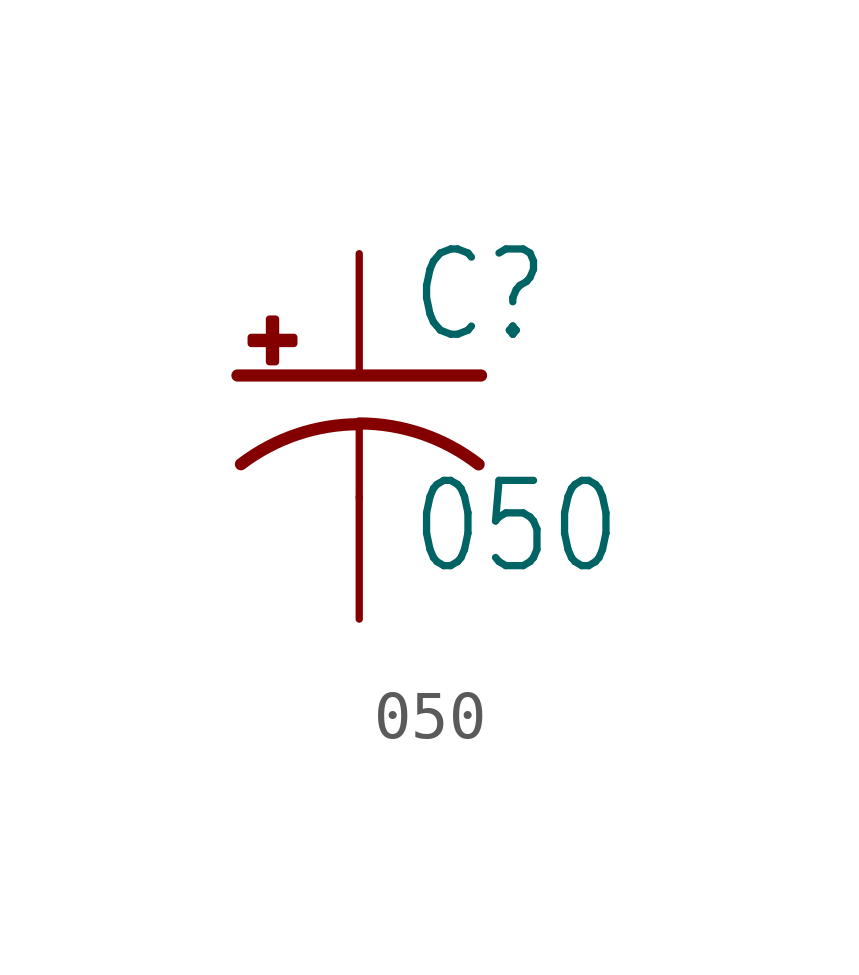
<source format=kicad_sym>
(kicad_symbol_lib
  (version 20211014)
  (generator kicad_symbol_editor)
  (symbol "050"
    (property "Reference" "C"
      (at 1.016 0.635 0)
      (effects (font (size 1.778 1.511)) (justify left bottom)))
    (property "Value" "050"
      (at 1.016 -4.191 0)
      (effects (font (size 1.778 1.511)) (justify left bottom)))
    (property "ki_locked" ""
      (at 0 0 0)
      (effects (font (size 1.27 1.27))))
    (symbol "050_1_0"
      (rectangle (start -2.253 0.668) (end -1.364 0.795) (stroke (width 0) (type default) (color 0 0 0 0)) (fill (type outline)))
      (rectangle (start -1.872 0.287) (end -1.745 1.176) (stroke (width 0) (type default) (color 0 0 0 0)) (fill (type outline)))
      (arc (start 0 -1.0161) (mid -1.3021 -1.2303) (end -2.4669 -1.8504) (stroke (width 0.254) (type default) (color 0 0 0 0)) (fill (type none)))
      (polyline (pts (xy -2.54 0) (xy 2.54 0)) (stroke (width 0.254) (type default) (color 0 0 0 0)) (fill (type none)))
      (polyline (pts (xy 0 -1.016) (xy 0 -2.54)) (stroke (width 0.152) (type default) (color 0 0 0 0)) (fill (type none)))
      (arc (start 2.4892 -1.8542) (mid 1.3158 -1.2195) (end 0 -1) (stroke (width 0.254) (type default) (color 0 0 0 0)) (fill (type none)))
      (pin passive line (at 0 2.54 270) (length 2.54) (name "+" (effects (font (size 0 0)))) (number "+" (effects (font (size 0 0)))))
      (pin passive line (at 0 -5.08 90) (length 2.54) (name "-" (effects (font (size 0 0)))) (number "-" (effects (font (size 0 0))))))))
</source>
